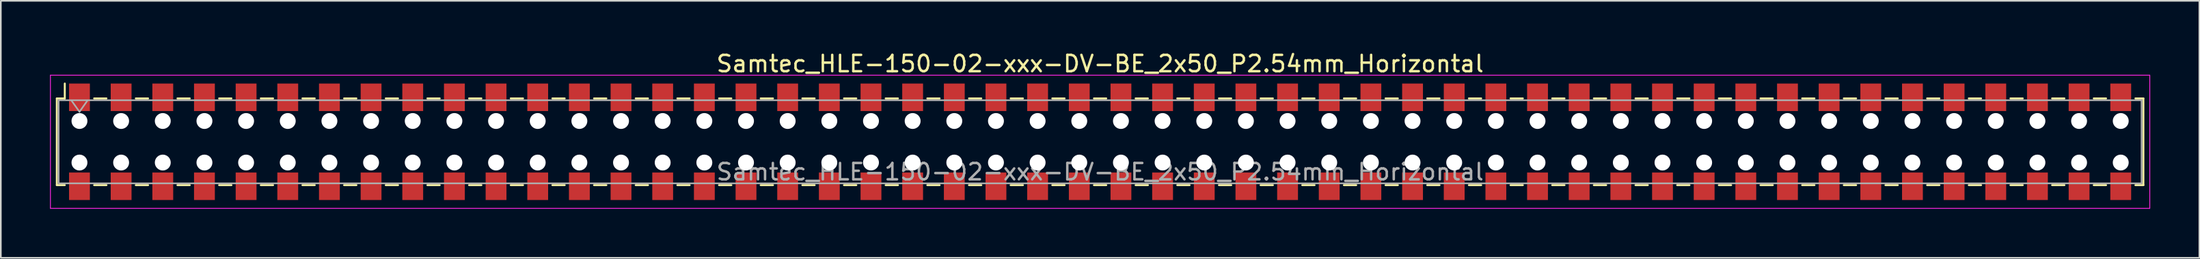
<source format=kicad_pcb>
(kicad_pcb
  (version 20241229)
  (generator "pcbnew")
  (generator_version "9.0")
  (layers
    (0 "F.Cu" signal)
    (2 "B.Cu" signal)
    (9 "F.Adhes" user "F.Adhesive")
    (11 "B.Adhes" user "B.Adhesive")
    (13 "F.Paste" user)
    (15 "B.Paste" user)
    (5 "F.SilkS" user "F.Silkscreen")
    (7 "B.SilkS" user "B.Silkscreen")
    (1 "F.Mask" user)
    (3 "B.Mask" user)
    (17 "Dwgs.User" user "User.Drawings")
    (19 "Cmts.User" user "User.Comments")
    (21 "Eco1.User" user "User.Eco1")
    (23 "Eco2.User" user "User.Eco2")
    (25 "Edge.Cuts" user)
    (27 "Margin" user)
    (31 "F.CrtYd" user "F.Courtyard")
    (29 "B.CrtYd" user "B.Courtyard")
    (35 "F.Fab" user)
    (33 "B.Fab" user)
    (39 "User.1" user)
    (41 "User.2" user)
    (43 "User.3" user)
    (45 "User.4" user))
  (footprint "Samtec_HLE-150-02-xxx-DV-BE_2x50_P2.54mm_Horizontal"
    (layer "F.Cu")
    (at 64.025 5.618)
    (property "Reference" "Samtec_HLE-150-02-xxx-DV-BE_2x50_P2.54mm_Horizontal" (at 0 -4.77 0) (layer "F.SilkS") (effects (font (size 1 1) (thickness 0.15))))
    (attr smd)
    (fp_line (start -63.61 -2.65) (end -63.61 2.65) (stroke (width 0.12) (type solid)) (layer "F.SilkS"))
    (fp_line (start -63.61 2.65) (end -63.125 2.65) (stroke (width 0.12) (type solid)) (layer "F.SilkS"))
    (fp_line (start -63.125 -3.56) (end -63.125 -2.65) (stroke (width 0.12) (type solid)) (layer "F.SilkS"))
    (fp_line (start -63.125 -2.65) (end -63.61 -2.65) (stroke (width 0.12) (type solid)) (layer "F.SilkS"))
    (fp_line (start -61.335 -2.65) (end -60.585 -2.65) (stroke (width 0.12) (type solid)) (layer "F.SilkS"))
    (fp_line (start -61.335 2.65) (end -60.585 2.65) (stroke (width 0.12) (type solid)) (layer "F.SilkS"))
    (fp_line (start -58.795 -2.65) (end -58.045 -2.65) (stroke (width 0.12) (type solid)) (layer "F.SilkS"))
    (fp_line (start -58.795 2.65) (end -58.045 2.65) (stroke (width 0.12) (type solid)) (layer "F.SilkS"))
    (fp_line (start -56.255 -2.65) (end -55.505 -2.65) (stroke (width 0.12) (type solid)) (layer "F.SilkS"))
    (fp_line (start -56.255 2.65) (end -55.505 2.65) (stroke (width 0.12) (type solid)) (layer "F.SilkS"))
    (fp_line (start -53.715 -2.65) (end -52.965 -2.65) (stroke (width 0.12) (type solid)) (layer "F.SilkS"))
    (fp_line (start -53.715 2.65) (end -52.965 2.65) (stroke (width 0.12) (type solid)) (layer "F.SilkS"))
    (fp_line (start -51.175 -2.65) (end -50.425 -2.65) (stroke (width 0.12) (type solid)) (layer "F.SilkS"))
    (fp_line (start -51.175 2.65) (end -50.425 2.65) (stroke (width 0.12) (type solid)) (layer "F.SilkS"))
    (fp_line (start -48.635 -2.65) (end -47.885 -2.65) (stroke (width 0.12) (type solid)) (layer "F.SilkS"))
    (fp_line (start -48.635 2.65) (end -47.885 2.65) (stroke (width 0.12) (type solid)) (layer "F.SilkS"))
    (fp_line (start -46.095 -2.65) (end -45.345 -2.65) (stroke (width 0.12) (type solid)) (layer "F.SilkS"))
    (fp_line (start -46.095 2.65) (end -45.345 2.65) (stroke (width 0.12) (type solid)) (layer "F.SilkS"))
    (fp_line (start -43.555 -2.65) (end -42.805 -2.65) (stroke (width 0.12) (type solid)) (layer "F.SilkS"))
    (fp_line (start -43.555 2.65) (end -42.805 2.65) (stroke (width 0.12) (type solid)) (layer "F.SilkS"))
    (fp_line (start -41.015 -2.65) (end -40.265 -2.65) (stroke (width 0.12) (type solid)) (layer "F.SilkS"))
    (fp_line (start -41.015 2.65) (end -40.265 2.65) (stroke (width 0.12) (type solid)) (layer "F.SilkS"))
    (fp_line (start -38.475 -2.65) (end -37.725 -2.65) (stroke (width 0.12) (type solid)) (layer "F.SilkS"))
    (fp_line (start -38.475 2.65) (end -37.725 2.65) (stroke (width 0.12) (type solid)) (layer "F.SilkS"))
    (fp_line (start -35.935 -2.65) (end -35.185 -2.65) (stroke (width 0.12) (type solid)) (layer "F.SilkS"))
    (fp_line (start -35.935 2.65) (end -35.185 2.65) (stroke (width 0.12) (type solid)) (layer "F.SilkS"))
    (fp_line (start -33.395 -2.65) (end -32.645 -2.65) (stroke (width 0.12) (type solid)) (layer "F.SilkS"))
    (fp_line (start -33.395 2.65) (end -32.645 2.65) (stroke (width 0.12) (type solid)) (layer "F.SilkS"))
    (fp_line (start -30.855 -2.65) (end -30.105 -2.65) (stroke (width 0.12) (type solid)) (layer "F.SilkS"))
    (fp_line (start -30.855 2.65) (end -30.105 2.65) (stroke (width 0.12) (type solid)) (layer "F.SilkS"))
    (fp_line (start -28.315 -2.65) (end -27.565 -2.65) (stroke (width 0.12) (type solid)) (layer "F.SilkS"))
    (fp_line (start -28.315 2.65) (end -27.565 2.65) (stroke (width 0.12) (type solid)) (layer "F.SilkS"))
    (fp_line (start -25.775 -2.65) (end -25.025 -2.65) (stroke (width 0.12) (type solid)) (layer "F.SilkS"))
    (fp_line (start -25.775 2.65) (end -25.025 2.65) (stroke (width 0.12) (type solid)) (layer "F.SilkS"))
    (fp_line (start -23.235 -2.65) (end -22.485 -2.65) (stroke (width 0.12) (type solid)) (layer "F.SilkS"))
    (fp_line (start -23.235 2.65) (end -22.485 2.65) (stroke (width 0.12) (type solid)) (layer "F.SilkS"))
    (fp_line (start -20.695 -2.65) (end -19.945 -2.65) (stroke (width 0.12) (type solid)) (layer "F.SilkS"))
    (fp_line (start -20.695 2.65) (end -19.945 2.65) (stroke (width 0.12) (type solid)) (layer "F.SilkS"))
    (fp_line (start -18.155 -2.65) (end -17.405 -2.65) (stroke (width 0.12) (type solid)) (layer "F.SilkS"))
    (fp_line (start -18.155 2.65) (end -17.405 2.65) (stroke (width 0.12) (type solid)) (layer "F.SilkS"))
    (fp_line (start -15.615 -2.65) (end -14.865 -2.65) (stroke (width 0.12) (type solid)) (layer "F.SilkS"))
    (fp_line (start -15.615 2.65) (end -14.865 2.65) (stroke (width 0.12) (type solid)) (layer "F.SilkS"))
    (fp_line (start -13.075 -2.65) (end -12.325 -2.65) (stroke (width 0.12) (type solid)) (layer "F.SilkS"))
    (fp_line (start -13.075 2.65) (end -12.325 2.65) (stroke (width 0.12) (type solid)) (layer "F.SilkS"))
    (fp_line (start -10.535 -2.65) (end -9.785 -2.65) (stroke (width 0.12) (type solid)) (layer "F.SilkS"))
    (fp_line (start -10.535 2.65) (end -9.785 2.65) (stroke (width 0.12) (type solid)) (layer "F.SilkS"))
    (fp_line (start -7.995 -2.65) (end -7.245 -2.65) (stroke (width 0.12) (type solid)) (layer "F.SilkS"))
    (fp_line (start -7.995 2.65) (end -7.245 2.65) (stroke (width 0.12) (type solid)) (layer "F.SilkS"))
    (fp_line (start -5.455 -2.65) (end -4.705 -2.65) (stroke (width 0.12) (type solid)) (layer "F.SilkS"))
    (fp_line (start -5.455 2.65) (end -4.705 2.65) (stroke (width 0.12) (type solid)) (layer "F.SilkS"))
    (fp_line (start -2.915 -2.65) (end -2.165 -2.65) (stroke (width 0.12) (type solid)) (layer "F.SilkS"))
    (fp_line (start -2.915 2.65) (end -2.165 2.65) (stroke (width 0.12) (type solid)) (layer "F.SilkS"))
    (fp_line (start -0.375 -2.65) (end 0.375 -2.65) (stroke (width 0.12) (type solid)) (layer "F.SilkS"))
    (fp_line (start -0.375 2.65) (end 0.375 2.65) (stroke (width 0.12) (type solid)) (layer "F.SilkS"))
    (fp_line (start 2.165 -2.65) (end 2.915 -2.65) (stroke (width 0.12) (type solid)) (layer "F.SilkS"))
    (fp_line (start 2.165 2.65) (end 2.915 2.65) (stroke (width 0.12) (type solid)) (layer "F.SilkS"))
    (fp_line (start 4.705 -2.65) (end 5.455 -2.65) (stroke (width 0.12) (type solid)) (layer "F.SilkS"))
    (fp_line (start 4.705 2.65) (end 5.455 2.65) (stroke (width 0.12) (type solid)) (layer "F.SilkS"))
    (fp_line (start 7.245 -2.65) (end 7.995 -2.65) (stroke (width 0.12) (type solid)) (layer "F.SilkS"))
    (fp_line (start 7.245 2.65) (end 7.995 2.65) (stroke (width 0.12) (type solid)) (layer "F.SilkS"))
    (fp_line (start 9.785 -2.65) (end 10.535 -2.65) (stroke (width 0.12) (type solid)) (layer "F.SilkS"))
    (fp_line (start 9.785 2.65) (end 10.535 2.65) (stroke (width 0.12) (type solid)) (layer "F.SilkS"))
    (fp_line (start 12.325 -2.65) (end 13.075 -2.65) (stroke (width 0.12) (type solid)) (layer "F.SilkS"))
    (fp_line (start 12.325 2.65) (end 13.075 2.65) (stroke (width 0.12) (type solid)) (layer "F.SilkS"))
    (fp_line (start 14.865 -2.65) (end 15.615 -2.65) (stroke (width 0.12) (type solid)) (layer "F.SilkS"))
    (fp_line (start 14.865 2.65) (end 15.615 2.65) (stroke (width 0.12) (type solid)) (layer "F.SilkS"))
    (fp_line (start 17.405 -2.65) (end 18.155 -2.65) (stroke (width 0.12) (type solid)) (layer "F.SilkS"))
    (fp_line (start 17.405 2.65) (end 18.155 2.65) (stroke (width 0.12) (type solid)) (layer "F.SilkS"))
    (fp_line (start 19.945 -2.65) (end 20.695 -2.65) (stroke (width 0.12) (type solid)) (layer "F.SilkS"))
    (fp_line (start 19.945 2.65) (end 20.695 2.65) (stroke (width 0.12) (type solid)) (layer "F.SilkS"))
    (fp_line (start 22.485 -2.65) (end 23.235 -2.65) (stroke (width 0.12) (type solid)) (layer "F.SilkS"))
    (fp_line (start 22.485 2.65) (end 23.235 2.65) (stroke (width 0.12) (type solid)) (layer "F.SilkS"))
    (fp_line (start 25.025 -2.65) (end 25.775 -2.65) (stroke (width 0.12) (type solid)) (layer "F.SilkS"))
    (fp_line (start 25.025 2.65) (end 25.775 2.65) (stroke (width 0.12) (type solid)) (layer "F.SilkS"))
    (fp_line (start 27.565 -2.65) (end 28.315 -2.65) (stroke (width 0.12) (type solid)) (layer "F.SilkS"))
    (fp_line (start 27.565 2.65) (end 28.315 2.65) (stroke (width 0.12) (type solid)) (layer "F.SilkS"))
    (fp_line (start 30.105 -2.65) (end 30.855 -2.65) (stroke (width 0.12) (type solid)) (layer "F.SilkS"))
    (fp_line (start 30.105 2.65) (end 30.855 2.65) (stroke (width 0.12) (type solid)) (layer "F.SilkS"))
    (fp_line (start 32.645 -2.65) (end 33.395 -2.65) (stroke (width 0.12) (type solid)) (layer "F.SilkS"))
    (fp_line (start 32.645 2.65) (end 33.395 2.65) (stroke (width 0.12) (type solid)) (layer "F.SilkS"))
    (fp_line (start 35.185 -2.65) (end 35.935 -2.65) (stroke (width 0.12) (type solid)) (layer "F.SilkS"))
    (fp_line (start 35.185 2.65) (end 35.935 2.65) (stroke (width 0.12) (type solid)) (layer "F.SilkS"))
    (fp_line (start 37.725 -2.65) (end 38.475 -2.65) (stroke (width 0.12) (type solid)) (layer "F.SilkS"))
    (fp_line (start 37.725 2.65) (end 38.475 2.65) (stroke (width 0.12) (type solid)) (layer "F.SilkS"))
    (fp_line (start 40.265 -2.65) (end 41.015 -2.65) (stroke (width 0.12) (type solid)) (layer "F.SilkS"))
    (fp_line (start 40.265 2.65) (end 41.015 2.65) (stroke (width 0.12) (type solid)) (layer "F.SilkS"))
    (fp_line (start 42.805 -2.65) (end 43.555 -2.65) (stroke (width 0.12) (type solid)) (layer "F.SilkS"))
    (fp_line (start 42.805 2.65) (end 43.555 2.65) (stroke (width 0.12) (type solid)) (layer "F.SilkS"))
    (fp_line (start 45.345 -2.65) (end 46.095 -2.65) (stroke (width 0.12) (type solid)) (layer "F.SilkS"))
    (fp_line (start 45.345 2.65) (end 46.095 2.65) (stroke (width 0.12) (type solid)) (layer "F.SilkS"))
    (fp_line (start 47.885 -2.65) (end 48.635 -2.65) (stroke (width 0.12) (type solid)) (layer "F.SilkS"))
    (fp_line (start 47.885 2.65) (end 48.635 2.65) (stroke (width 0.12) (type solid)) (layer "F.SilkS"))
    (fp_line (start 50.425 -2.65) (end 51.175 -2.65) (stroke (width 0.12) (type solid)) (layer "F.SilkS"))
    (fp_line (start 50.425 2.65) (end 51.175 2.65) (stroke (width 0.12) (type solid)) (layer "F.SilkS"))
    (fp_line (start 52.965 -2.65) (end 53.715 -2.65) (stroke (width 0.12) (type solid)) (layer "F.SilkS"))
    (fp_line (start 52.965 2.65) (end 53.715 2.65) (stroke (width 0.12) (type solid)) (layer "F.SilkS"))
    (fp_line (start 55.505 -2.65) (end 56.255 -2.65) (stroke (width 0.12) (type solid)) (layer "F.SilkS"))
    (fp_line (start 55.505 2.65) (end 56.255 2.65) (stroke (width 0.12) (type solid)) (layer "F.SilkS"))
    (fp_line (start 58.045 -2.65) (end 58.795 -2.65) (stroke (width 0.12) (type solid)) (layer "F.SilkS"))
    (fp_line (start 58.045 2.65) (end 58.795 2.65) (stroke (width 0.12) (type solid)) (layer "F.SilkS"))
    (fp_line (start 60.585 -2.65) (end 61.335 -2.65) (stroke (width 0.12) (type solid)) (layer "F.SilkS"))
    (fp_line (start 60.585 2.65) (end 61.335 2.65) (stroke (width 0.12) (type solid)) (layer "F.SilkS"))
    (fp_line (start 63.125 -2.65) (end 63.61 -2.65) (stroke (width 0.12) (type solid)) (layer "F.SilkS"))
    (fp_line (start 63.61 -2.65) (end 63.61 2.65) (stroke (width 0.12) (type solid)) (layer "F.SilkS"))
    (fp_line (start 63.61 2.65) (end 63.125 2.65) (stroke (width 0.12) (type solid)) (layer "F.SilkS"))
    (fp_line (start -64 -4.07) (end 64 -4.07) (stroke (width 0.05) (type solid)) (layer "F.CrtYd"))
    (fp_line (start -64 4.07) (end -64 -4.07) (stroke (width 0.05) (type solid)) (layer "F.CrtYd"))
    (fp_line (start 64 -4.07) (end 64 4.07) (stroke (width 0.05) (type solid)) (layer "F.CrtYd"))
    (fp_line (start 64 4.07) (end -64 4.07) (stroke (width 0.05) (type solid)) (layer "F.CrtYd"))
    (fp_line (start -63.5 -2.54) (end 63.5 -2.54) (stroke (width 0.1) (type solid)) (layer "F.Fab"))
    (fp_line (start -63.5 2.54) (end -63.5 -2.54) (stroke (width 0.1) (type solid)) (layer "F.Fab"))
    (fp_line (start -62.73 -2.54) (end -62.23 -1.833) (stroke (width 0.1) (type solid)) (layer "F.Fab"))
    (fp_line (start -62.23 -1.833) (end -61.73 -2.54) (stroke (width 0.1) (type solid)) (layer "F.Fab"))
    (fp_line (start 63.5 -2.54) (end 63.5 2.54) (stroke (width 0.1) (type solid)) (layer "F.Fab"))
    (fp_line (start 63.5 2.54) (end -63.5 2.54) (stroke (width 0.1) (type solid)) (layer "F.Fab"))
    (fp_text user "${REFERENCE}" (at 0 1.84 0) (layer "F.Fab") (effects (font (size 1 1) (thickness 0.15))))
    (pad "" np_thru_hole circle (at -62.23 -1.27) (size 0.97 0.97) (drill 0.97) (layers "*.Cu" "*.Mask"))
    (pad "" np_thru_hole circle (at -62.23 1.27) (size 0.97 0.97) (drill 0.97) (layers "*.Cu" "*.Mask"))
    (pad "" np_thru_hole circle (at -59.69 -1.27) (size 0.97 0.97) (drill 0.97) (layers "*.Cu" "*.Mask"))
    (pad "" np_thru_hole circle (at -59.69 1.27) (size 0.97 0.97) (drill 0.97) (layers "*.Cu" "*.Mask"))
    (pad "" np_thru_hole circle (at -57.15 -1.27) (size 0.97 0.97) (drill 0.97) (layers "*.Cu" "*.Mask"))
    (pad "" np_thru_hole circle (at -57.15 1.27) (size 0.97 0.97) (drill 0.97) (layers "*.Cu" "*.Mask"))
    (pad "" np_thru_hole circle (at -54.61 -1.27) (size 0.97 0.97) (drill 0.97) (layers "*.Cu" "*.Mask"))
    (pad "" np_thru_hole circle (at -54.61 1.27) (size 0.97 0.97) (drill 0.97) (layers "*.Cu" "*.Mask"))
    (pad "" np_thru_hole circle (at -52.07 -1.27) (size 0.97 0.97) (drill 0.97) (layers "*.Cu" "*.Mask"))
    (pad "" np_thru_hole circle (at -52.07 1.27) (size 0.97 0.97) (drill 0.97) (layers "*.Cu" "*.Mask"))
    (pad "" np_thru_hole circle (at -49.53 -1.27) (size 0.97 0.97) (drill 0.97) (layers "*.Cu" "*.Mask"))
    (pad "" np_thru_hole circle (at -49.53 1.27) (size 0.97 0.97) (drill 0.97) (layers "*.Cu" "*.Mask"))
    (pad "" np_thru_hole circle (at -46.99 -1.27) (size 0.97 0.97) (drill 0.97) (layers "*.Cu" "*.Mask"))
    (pad "" np_thru_hole circle (at -46.99 1.27) (size 0.97 0.97) (drill 0.97) (layers "*.Cu" "*.Mask"))
    (pad "" np_thru_hole circle (at -44.45 -1.27) (size 0.97 0.97) (drill 0.97) (layers "*.Cu" "*.Mask"))
    (pad "" np_thru_hole circle (at -44.45 1.27) (size 0.97 0.97) (drill 0.97) (layers "*.Cu" "*.Mask"))
    (pad "" np_thru_hole circle (at -41.91 -1.27) (size 0.97 0.97) (drill 0.97) (layers "*.Cu" "*.Mask"))
    (pad "" np_thru_hole circle (at -41.91 1.27) (size 0.97 0.97) (drill 0.97) (layers "*.Cu" "*.Mask"))
    (pad "" np_thru_hole circle (at -39.37 -1.27) (size 0.97 0.97) (drill 0.97) (layers "*.Cu" "*.Mask"))
    (pad "" np_thru_hole circle (at -39.37 1.27) (size 0.97 0.97) (drill 0.97) (layers "*.Cu" "*.Mask"))
    (pad "" np_thru_hole circle (at -36.83 -1.27) (size 0.97 0.97) (drill 0.97) (layers "*.Cu" "*.Mask"))
    (pad "" np_thru_hole circle (at -36.83 1.27) (size 0.97 0.97) (drill 0.97) (layers "*.Cu" "*.Mask"))
    (pad "" np_thru_hole circle (at -34.29 -1.27) (size 0.97 0.97) (drill 0.97) (layers "*.Cu" "*.Mask"))
    (pad "" np_thru_hole circle (at -34.29 1.27) (size 0.97 0.97) (drill 0.97) (layers "*.Cu" "*.Mask"))
    (pad "" np_thru_hole circle (at -31.75 -1.27) (size 0.97 0.97) (drill 0.97) (layers "*.Cu" "*.Mask"))
    (pad "" np_thru_hole circle (at -31.75 1.27) (size 0.97 0.97) (drill 0.97) (layers "*.Cu" "*.Mask"))
    (pad "" np_thru_hole circle (at -29.21 -1.27) (size 0.97 0.97) (drill 0.97) (layers "*.Cu" "*.Mask"))
    (pad "" np_thru_hole circle (at -29.21 1.27) (size 0.97 0.97) (drill 0.97) (layers "*.Cu" "*.Mask"))
    (pad "" np_thru_hole circle (at -26.67 -1.27) (size 0.97 0.97) (drill 0.97) (layers "*.Cu" "*.Mask"))
    (pad "" np_thru_hole circle (at -26.67 1.27) (size 0.97 0.97) (drill 0.97) (layers "*.Cu" "*.Mask"))
    (pad "" np_thru_hole circle (at -24.13 -1.27) (size 0.97 0.97) (drill 0.97) (layers "*.Cu" "*.Mask"))
    (pad "" np_thru_hole circle (at -24.13 1.27) (size 0.97 0.97) (drill 0.97) (layers "*.Cu" "*.Mask"))
    (pad "" np_thru_hole circle (at -21.59 -1.27) (size 0.97 0.97) (drill 0.97) (layers "*.Cu" "*.Mask"))
    (pad "" np_thru_hole circle (at -21.59 1.27) (size 0.97 0.97) (drill 0.97) (layers "*.Cu" "*.Mask"))
    (pad "" np_thru_hole circle (at -19.05 -1.27) (size 0.97 0.97) (drill 0.97) (layers "*.Cu" "*.Mask"))
    (pad "" np_thru_hole circle (at -19.05 1.27) (size 0.97 0.97) (drill 0.97) (layers "*.Cu" "*.Mask"))
    (pad "" np_thru_hole circle (at -16.51 -1.27) (size 0.97 0.97) (drill 0.97) (layers "*.Cu" "*.Mask"))
    (pad "" np_thru_hole circle (at -16.51 1.27) (size 0.97 0.97) (drill 0.97) (layers "*.Cu" "*.Mask"))
    (pad "" np_thru_hole circle (at -13.97 -1.27) (size 0.97 0.97) (drill 0.97) (layers "*.Cu" "*.Mask"))
    (pad "" np_thru_hole circle (at -13.97 1.27) (size 0.97 0.97) (drill 0.97) (layers "*.Cu" "*.Mask"))
    (pad "" np_thru_hole circle (at -11.43 -1.27) (size 0.97 0.97) (drill 0.97) (layers "*.Cu" "*.Mask"))
    (pad "" np_thru_hole circle (at -11.43 1.27) (size 0.97 0.97) (drill 0.97) (layers "*.Cu" "*.Mask"))
    (pad "" np_thru_hole circle (at -8.89 -1.27) (size 0.97 0.97) (drill 0.97) (layers "*.Cu" "*.Mask"))
    (pad "" np_thru_hole circle (at -8.89 1.27) (size 0.97 0.97) (drill 0.97) (layers "*.Cu" "*.Mask"))
    (pad "" np_thru_hole circle (at -6.35 -1.27) (size 0.97 0.97) (drill 0.97) (layers "*.Cu" "*.Mask"))
    (pad "" np_thru_hole circle (at -6.35 1.27) (size 0.97 0.97) (drill 0.97) (layers "*.Cu" "*.Mask"))
    (pad "" np_thru_hole circle (at -3.81 -1.27) (size 0.97 0.97) (drill 0.97) (layers "*.Cu" "*.Mask"))
    (pad "" np_thru_hole circle (at -3.81 1.27) (size 0.97 0.97) (drill 0.97) (layers "*.Cu" "*.Mask"))
    (pad "" np_thru_hole circle (at -1.27 -1.27) (size 0.97 0.97) (drill 0.97) (layers "*.Cu" "*.Mask"))
    (pad "" np_thru_hole circle (at -1.27 1.27) (size 0.97 0.97) (drill 0.97) (layers "*.Cu" "*.Mask"))
    (pad "" np_thru_hole circle (at 1.27 -1.27) (size 0.97 0.97) (drill 0.97) (layers "*.Cu" "*.Mask"))
    (pad "" np_thru_hole circle (at 1.27 1.27) (size 0.97 0.97) (drill 0.97) (layers "*.Cu" "*.Mask"))
    (pad "" np_thru_hole circle (at 3.81 -1.27) (size 0.97 0.97) (drill 0.97) (layers "*.Cu" "*.Mask"))
    (pad "" np_thru_hole circle (at 3.81 1.27) (size 0.97 0.97) (drill 0.97) (layers "*.Cu" "*.Mask"))
    (pad "" np_thru_hole circle (at 6.35 -1.27) (size 0.97 0.97) (drill 0.97) (layers "*.Cu" "*.Mask"))
    (pad "" np_thru_hole circle (at 6.35 1.27) (size 0.97 0.97) (drill 0.97) (layers "*.Cu" "*.Mask"))
    (pad "" np_thru_hole circle (at 8.89 -1.27) (size 0.97 0.97) (drill 0.97) (layers "*.Cu" "*.Mask"))
    (pad "" np_thru_hole circle (at 8.89 1.27) (size 0.97 0.97) (drill 0.97) (layers "*.Cu" "*.Mask"))
    (pad "" np_thru_hole circle (at 11.43 -1.27) (size 0.97 0.97) (drill 0.97) (layers "*.Cu" "*.Mask"))
    (pad "" np_thru_hole circle (at 11.43 1.27) (size 0.97 0.97) (drill 0.97) (layers "*.Cu" "*.Mask"))
    (pad "" np_thru_hole circle (at 13.97 -1.27) (size 0.97 0.97) (drill 0.97) (layers "*.Cu" "*.Mask"))
    (pad "" np_thru_hole circle (at 13.97 1.27) (size 0.97 0.97) (drill 0.97) (layers "*.Cu" "*.Mask"))
    (pad "" np_thru_hole circle (at 16.51 -1.27) (size 0.97 0.97) (drill 0.97) (layers "*.Cu" "*.Mask"))
    (pad "" np_thru_hole circle (at 16.51 1.27) (size 0.97 0.97) (drill 0.97) (layers "*.Cu" "*.Mask"))
    (pad "" np_thru_hole circle (at 19.05 -1.27) (size 0.97 0.97) (drill 0.97) (layers "*.Cu" "*.Mask"))
    (pad "" np_thru_hole circle (at 19.05 1.27) (size 0.97 0.97) (drill 0.97) (layers "*.Cu" "*.Mask"))
    (pad "" np_thru_hole circle (at 21.59 -1.27) (size 0.97 0.97) (drill 0.97) (layers "*.Cu" "*.Mask"))
    (pad "" np_thru_hole circle (at 21.59 1.27) (size 0.97 0.97) (drill 0.97) (layers "*.Cu" "*.Mask"))
    (pad "" np_thru_hole circle (at 24.13 -1.27) (size 0.97 0.97) (drill 0.97) (layers "*.Cu" "*.Mask"))
    (pad "" np_thru_hole circle (at 24.13 1.27) (size 0.97 0.97) (drill 0.97) (layers "*.Cu" "*.Mask"))
    (pad "" np_thru_hole circle (at 26.67 -1.27) (size 0.97 0.97) (drill 0.97) (layers "*.Cu" "*.Mask"))
    (pad "" np_thru_hole circle (at 26.67 1.27) (size 0.97 0.97) (drill 0.97) (layers "*.Cu" "*.Mask"))
    (pad "" np_thru_hole circle (at 29.21 -1.27) (size 0.97 0.97) (drill 0.97) (layers "*.Cu" "*.Mask"))
    (pad "" np_thru_hole circle (at 29.21 1.27) (size 0.97 0.97) (drill 0.97) (layers "*.Cu" "*.Mask"))
    (pad "" np_thru_hole circle (at 31.75 -1.27) (size 0.97 0.97) (drill 0.97) (layers "*.Cu" "*.Mask"))
    (pad "" np_thru_hole circle (at 31.75 1.27) (size 0.97 0.97) (drill 0.97) (layers "*.Cu" "*.Mask"))
    (pad "" np_thru_hole circle (at 34.29 -1.27) (size 0.97 0.97) (drill 0.97) (layers "*.Cu" "*.Mask"))
    (pad "" np_thru_hole circle (at 34.29 1.27) (size 0.97 0.97) (drill 0.97) (layers "*.Cu" "*.Mask"))
    (pad "" np_thru_hole circle (at 36.83 -1.27) (size 0.97 0.97) (drill 0.97) (layers "*.Cu" "*.Mask"))
    (pad "" np_thru_hole circle (at 36.83 1.27) (size 0.97 0.97) (drill 0.97) (layers "*.Cu" "*.Mask"))
    (pad "" np_thru_hole circle (at 39.37 -1.27) (size 0.97 0.97) (drill 0.97) (layers "*.Cu" "*.Mask"))
    (pad "" np_thru_hole circle (at 39.37 1.27) (size 0.97 0.97) (drill 0.97) (layers "*.Cu" "*.Mask"))
    (pad "" np_thru_hole circle (at 41.91 -1.27) (size 0.97 0.97) (drill 0.97) (layers "*.Cu" "*.Mask"))
    (pad "" np_thru_hole circle (at 41.91 1.27) (size 0.97 0.97) (drill 0.97) (layers "*.Cu" "*.Mask"))
    (pad "" np_thru_hole circle (at 44.45 -1.27) (size 0.97 0.97) (drill 0.97) (layers "*.Cu" "*.Mask"))
    (pad "" np_thru_hole circle (at 44.45 1.27) (size 0.97 0.97) (drill 0.97) (layers "*.Cu" "*.Mask"))
    (pad "" np_thru_hole circle (at 46.99 -1.27) (size 0.97 0.97) (drill 0.97) (layers "*.Cu" "*.Mask"))
    (pad "" np_thru_hole circle (at 46.99 1.27) (size 0.97 0.97) (drill 0.97) (layers "*.Cu" "*.Mask"))
    (pad "" np_thru_hole circle (at 49.53 -1.27) (size 0.97 0.97) (drill 0.97) (layers "*.Cu" "*.Mask"))
    (pad "" np_thru_hole circle (at 49.53 1.27) (size 0.97 0.97) (drill 0.97) (layers "*.Cu" "*.Mask"))
    (pad "" np_thru_hole circle (at 52.07 -1.27) (size 0.97 0.97) (drill 0.97) (layers "*.Cu" "*.Mask"))
    (pad "" np_thru_hole circle (at 52.07 1.27) (size 0.97 0.97) (drill 0.97) (layers "*.Cu" "*.Mask"))
    (pad "" np_thru_hole circle (at 54.61 -1.27) (size 0.97 0.97) (drill 0.97) (layers "*.Cu" "*.Mask"))
    (pad "" np_thru_hole circle (at 54.61 1.27) (size 0.97 0.97) (drill 0.97) (layers "*.Cu" "*.Mask"))
    (pad "" np_thru_hole circle (at 57.15 -1.27) (size 0.97 0.97) (drill 0.97) (layers "*.Cu" "*.Mask"))
    (pad "" np_thru_hole circle (at 57.15 1.27) (size 0.97 0.97) (drill 0.97) (layers "*.Cu" "*.Mask"))
    (pad "" np_thru_hole circle (at 59.69 -1.27) (size 0.97 0.97) (drill 0.97) (layers "*.Cu" "*.Mask"))
    (pad "" np_thru_hole circle (at 59.69 1.27) (size 0.97 0.97) (drill 0.97) (layers "*.Cu" "*.Mask"))
    (pad "" np_thru_hole circle (at 62.23 -1.27) (size 0.97 0.97) (drill 0.97) (layers "*.Cu" "*.Mask"))
    (pad "" np_thru_hole circle (at 62.23 1.27) (size 0.97 0.97) (drill 0.97) (layers "*.Cu" "*.Mask"))
    (pad "1" smd rect (at -62.23 -2.72) (size 1.27 1.68) (layers "F.Cu" "F.Mask" "F.Paste"))
    (pad "2" smd rect (at -62.23 2.72) (size 1.27 1.68) (layers "F.Cu" "F.Mask" "F.Paste"))
    (pad "3" smd rect (at -59.69 -2.72) (size 1.27 1.68) (layers "F.Cu" "F.Mask" "F.Paste"))
    (pad "4" smd rect (at -59.69 2.72) (size 1.27 1.68) (layers "F.Cu" "F.Mask" "F.Paste"))
    (pad "5" smd rect (at -57.15 -2.72) (size 1.27 1.68) (layers "F.Cu" "F.Mask" "F.Paste"))
    (pad "6" smd rect (at -57.15 2.72) (size 1.27 1.68) (layers "F.Cu" "F.Mask" "F.Paste"))
    (pad "7" smd rect (at -54.61 -2.72) (size 1.27 1.68) (layers "F.Cu" "F.Mask" "F.Paste"))
    (pad "8" smd rect (at -54.61 2.72) (size 1.27 1.68) (layers "F.Cu" "F.Mask" "F.Paste"))
    (pad "9" smd rect (at -52.07 -2.72) (size 1.27 1.68) (layers "F.Cu" "F.Mask" "F.Paste"))
    (pad "10" smd rect (at -52.07 2.72) (size 1.27 1.68) (layers "F.Cu" "F.Mask" "F.Paste"))
    (pad "11" smd rect (at -49.53 -2.72) (size 1.27 1.68) (layers "F.Cu" "F.Mask" "F.Paste"))
    (pad "12" smd rect (at -49.53 2.72) (size 1.27 1.68) (layers "F.Cu" "F.Mask" "F.Paste"))
    (pad "13" smd rect (at -46.99 -2.72) (size 1.27 1.68) (layers "F.Cu" "F.Mask" "F.Paste"))
    (pad "14" smd rect (at -46.99 2.72) (size 1.27 1.68) (layers "F.Cu" "F.Mask" "F.Paste"))
    (pad "15" smd rect (at -44.45 -2.72) (size 1.27 1.68) (layers "F.Cu" "F.Mask" "F.Paste"))
    (pad "16" smd rect (at -44.45 2.72) (size 1.27 1.68) (layers "F.Cu" "F.Mask" "F.Paste"))
    (pad "17" smd rect (at -41.91 -2.72) (size 1.27 1.68) (layers "F.Cu" "F.Mask" "F.Paste"))
    (pad "18" smd rect (at -41.91 2.72) (size 1.27 1.68) (layers "F.Cu" "F.Mask" "F.Paste"))
    (pad "19" smd rect (at -39.37 -2.72) (size 1.27 1.68) (layers "F.Cu" "F.Mask" "F.Paste"))
    (pad "20" smd rect (at -39.37 2.72) (size 1.27 1.68) (layers "F.Cu" "F.Mask" "F.Paste"))
    (pad "21" smd rect (at -36.83 -2.72) (size 1.27 1.68) (layers "F.Cu" "F.Mask" "F.Paste"))
    (pad "22" smd rect (at -36.83 2.72) (size 1.27 1.68) (layers "F.Cu" "F.Mask" "F.Paste"))
    (pad "23" smd rect (at -34.29 -2.72) (size 1.27 1.68) (layers "F.Cu" "F.Mask" "F.Paste"))
    (pad "24" smd rect (at -34.29 2.72) (size 1.27 1.68) (layers "F.Cu" "F.Mask" "F.Paste"))
    (pad "25" smd rect (at -31.75 -2.72) (size 1.27 1.68) (layers "F.Cu" "F.Mask" "F.Paste"))
    (pad "26" smd rect (at -31.75 2.72) (size 1.27 1.68) (layers "F.Cu" "F.Mask" "F.Paste"))
    (pad "27" smd rect (at -29.21 -2.72) (size 1.27 1.68) (layers "F.Cu" "F.Mask" "F.Paste"))
    (pad "28" smd rect (at -29.21 2.72) (size 1.27 1.68) (layers "F.Cu" "F.Mask" "F.Paste"))
    (pad "29" smd rect (at -26.67 -2.72) (size 1.27 1.68) (layers "F.Cu" "F.Mask" "F.Paste"))
    (pad "30" smd rect (at -26.67 2.72) (size 1.27 1.68) (layers "F.Cu" "F.Mask" "F.Paste"))
    (pad "31" smd rect (at -24.13 -2.72) (size 1.27 1.68) (layers "F.Cu" "F.Mask" "F.Paste"))
    (pad "32" smd rect (at -24.13 2.72) (size 1.27 1.68) (layers "F.Cu" "F.Mask" "F.Paste"))
    (pad "33" smd rect (at -21.59 -2.72) (size 1.27 1.68) (layers "F.Cu" "F.Mask" "F.Paste"))
    (pad "34" smd rect (at -21.59 2.72) (size 1.27 1.68) (layers "F.Cu" "F.Mask" "F.Paste"))
    (pad "35" smd rect (at -19.05 -2.72) (size 1.27 1.68) (layers "F.Cu" "F.Mask" "F.Paste"))
    (pad "36" smd rect (at -19.05 2.72) (size 1.27 1.68) (layers "F.Cu" "F.Mask" "F.Paste"))
    (pad "37" smd rect (at -16.51 -2.72) (size 1.27 1.68) (layers "F.Cu" "F.Mask" "F.Paste"))
    (pad "38" smd rect (at -16.51 2.72) (size 1.27 1.68) (layers "F.Cu" "F.Mask" "F.Paste"))
    (pad "39" smd rect (at -13.97 -2.72) (size 1.27 1.68) (layers "F.Cu" "F.Mask" "F.Paste"))
    (pad "40" smd rect (at -13.97 2.72) (size 1.27 1.68) (layers "F.Cu" "F.Mask" "F.Paste"))
    (pad "41" smd rect (at -11.43 -2.72) (size 1.27 1.68) (layers "F.Cu" "F.Mask" "F.Paste"))
    (pad "42" smd rect (at -11.43 2.72) (size 1.27 1.68) (layers "F.Cu" "F.Mask" "F.Paste"))
    (pad "43" smd rect (at -8.89 -2.72) (size 1.27 1.68) (layers "F.Cu" "F.Mask" "F.Paste"))
    (pad "44" smd rect (at -8.89 2.72) (size 1.27 1.68) (layers "F.Cu" "F.Mask" "F.Paste"))
    (pad "45" smd rect (at -6.35 -2.72) (size 1.27 1.68) (layers "F.Cu" "F.Mask" "F.Paste"))
    (pad "46" smd rect (at -6.35 2.72) (size 1.27 1.68) (layers "F.Cu" "F.Mask" "F.Paste"))
    (pad "47" smd rect (at -3.81 -2.72) (size 1.27 1.68) (layers "F.Cu" "F.Mask" "F.Paste"))
    (pad "48" smd rect (at -3.81 2.72) (size 1.27 1.68) (layers "F.Cu" "F.Mask" "F.Paste"))
    (pad "49" smd rect (at -1.27 -2.72) (size 1.27 1.68) (layers "F.Cu" "F.Mask" "F.Paste"))
    (pad "50" smd rect (at -1.27 2.72) (size 1.27 1.68) (layers "F.Cu" "F.Mask" "F.Paste"))
    (pad "51" smd rect (at 1.27 -2.72) (size 1.27 1.68) (layers "F.Cu" "F.Mask" "F.Paste"))
    (pad "52" smd rect (at 1.27 2.72) (size 1.27 1.68) (layers "F.Cu" "F.Mask" "F.Paste"))
    (pad "53" smd rect (at 3.81 -2.72) (size 1.27 1.68) (layers "F.Cu" "F.Mask" "F.Paste"))
    (pad "54" smd rect (at 3.81 2.72) (size 1.27 1.68) (layers "F.Cu" "F.Mask" "F.Paste"))
    (pad "55" smd rect (at 6.35 -2.72) (size 1.27 1.68) (layers "F.Cu" "F.Mask" "F.Paste"))
    (pad "56" smd rect (at 6.35 2.72) (size 1.27 1.68) (layers "F.Cu" "F.Mask" "F.Paste"))
    (pad "57" smd rect (at 8.89 -2.72) (size 1.27 1.68) (layers "F.Cu" "F.Mask" "F.Paste"))
    (pad "58" smd rect (at 8.89 2.72) (size 1.27 1.68) (layers "F.Cu" "F.Mask" "F.Paste"))
    (pad "59" smd rect (at 11.43 -2.72) (size 1.27 1.68) (layers "F.Cu" "F.Mask" "F.Paste"))
    (pad "60" smd rect (at 11.43 2.72) (size 1.27 1.68) (layers "F.Cu" "F.Mask" "F.Paste"))
    (pad "61" smd rect (at 13.97 -2.72) (size 1.27 1.68) (layers "F.Cu" "F.Mask" "F.Paste"))
    (pad "62" smd rect (at 13.97 2.72) (size 1.27 1.68) (layers "F.Cu" "F.Mask" "F.Paste"))
    (pad "63" smd rect (at 16.51 -2.72) (size 1.27 1.68) (layers "F.Cu" "F.Mask" "F.Paste"))
    (pad "64" smd rect (at 16.51 2.72) (size 1.27 1.68) (layers "F.Cu" "F.Mask" "F.Paste"))
    (pad "65" smd rect (at 19.05 -2.72) (size 1.27 1.68) (layers "F.Cu" "F.Mask" "F.Paste"))
    (pad "66" smd rect (at 19.05 2.72) (size 1.27 1.68) (layers "F.Cu" "F.Mask" "F.Paste"))
    (pad "67" smd rect (at 21.59 -2.72) (size 1.27 1.68) (layers "F.Cu" "F.Mask" "F.Paste"))
    (pad "68" smd rect (at 21.59 2.72) (size 1.27 1.68) (layers "F.Cu" "F.Mask" "F.Paste"))
    (pad "69" smd rect (at 24.13 -2.72) (size 1.27 1.68) (layers "F.Cu" "F.Mask" "F.Paste"))
    (pad "70" smd rect (at 24.13 2.72) (size 1.27 1.68) (layers "F.Cu" "F.Mask" "F.Paste"))
    (pad "71" smd rect (at 26.67 -2.72) (size 1.27 1.68) (layers "F.Cu" "F.Mask" "F.Paste"))
    (pad "72" smd rect (at 26.67 2.72) (size 1.27 1.68) (layers "F.Cu" "F.Mask" "F.Paste"))
    (pad "73" smd rect (at 29.21 -2.72) (size 1.27 1.68) (layers "F.Cu" "F.Mask" "F.Paste"))
    (pad "74" smd rect (at 29.21 2.72) (size 1.27 1.68) (layers "F.Cu" "F.Mask" "F.Paste"))
    (pad "75" smd rect (at 31.75 -2.72) (size 1.27 1.68) (layers "F.Cu" "F.Mask" "F.Paste"))
    (pad "76" smd rect (at 31.75 2.72) (size 1.27 1.68) (layers "F.Cu" "F.Mask" "F.Paste"))
    (pad "77" smd rect (at 34.29 -2.72) (size 1.27 1.68) (layers "F.Cu" "F.Mask" "F.Paste"))
    (pad "78" smd rect (at 34.29 2.72) (size 1.27 1.68) (layers "F.Cu" "F.Mask" "F.Paste"))
    (pad "79" smd rect (at 36.83 -2.72) (size 1.27 1.68) (layers "F.Cu" "F.Mask" "F.Paste"))
    (pad "80" smd rect (at 36.83 2.72) (size 1.27 1.68) (layers "F.Cu" "F.Mask" "F.Paste"))
    (pad "81" smd rect (at 39.37 -2.72) (size 1.27 1.68) (layers "F.Cu" "F.Mask" "F.Paste"))
    (pad "82" smd rect (at 39.37 2.72) (size 1.27 1.68) (layers "F.Cu" "F.Mask" "F.Paste"))
    (pad "83" smd rect (at 41.91 -2.72) (size 1.27 1.68) (layers "F.Cu" "F.Mask" "F.Paste"))
    (pad "84" smd rect (at 41.91 2.72) (size 1.27 1.68) (layers "F.Cu" "F.Mask" "F.Paste"))
    (pad "85" smd rect (at 44.45 -2.72) (size 1.27 1.68) (layers "F.Cu" "F.Mask" "F.Paste"))
    (pad "86" smd rect (at 44.45 2.72) (size 1.27 1.68) (layers "F.Cu" "F.Mask" "F.Paste"))
    (pad "87" smd rect (at 46.99 -2.72) (size 1.27 1.68) (layers "F.Cu" "F.Mask" "F.Paste"))
    (pad "88" smd rect (at 46.99 2.72) (size 1.27 1.68) (layers "F.Cu" "F.Mask" "F.Paste"))
    (pad "89" smd rect (at 49.53 -2.72) (size 1.27 1.68) (layers "F.Cu" "F.Mask" "F.Paste"))
    (pad "90" smd rect (at 49.53 2.72) (size 1.27 1.68) (layers "F.Cu" "F.Mask" "F.Paste"))
    (pad "91" smd rect (at 52.07 -2.72) (size 1.27 1.68) (layers "F.Cu" "F.Mask" "F.Paste"))
    (pad "92" smd rect (at 52.07 2.72) (size 1.27 1.68) (layers "F.Cu" "F.Mask" "F.Paste"))
    (pad "93" smd rect (at 54.61 -2.72) (size 1.27 1.68) (layers "F.Cu" "F.Mask" "F.Paste"))
    (pad "94" smd rect (at 54.61 2.72) (size 1.27 1.68) (layers "F.Cu" "F.Mask" "F.Paste"))
    (pad "95" smd rect (at 57.15 -2.72) (size 1.27 1.68) (layers "F.Cu" "F.Mask" "F.Paste"))
    (pad "96" smd rect (at 57.15 2.72) (size 1.27 1.68) (layers "F.Cu" "F.Mask" "F.Paste"))
    (pad "97" smd rect (at 59.69 -2.72) (size 1.27 1.68) (layers "F.Cu" "F.Mask" "F.Paste"))
    (pad "98" smd rect (at 59.69 2.72) (size 1.27 1.68) (layers "F.Cu" "F.Mask" "F.Paste"))
    (pad "99" smd rect (at 62.23 -2.72) (size 1.27 1.68) (layers "F.Cu" "F.Mask" "F.Paste"))
    (pad "100" smd rect (at 62.23 2.72) (size 1.27 1.68) (layers "F.Cu" "F.Mask" "F.Paste")))
  (gr_rect
    (start -3 -3)
    (end 131.05 12.713)
    (stroke (width 0.1) (type default))
    (fill no)
    (layer "Edge.Cuts")))
</source>
